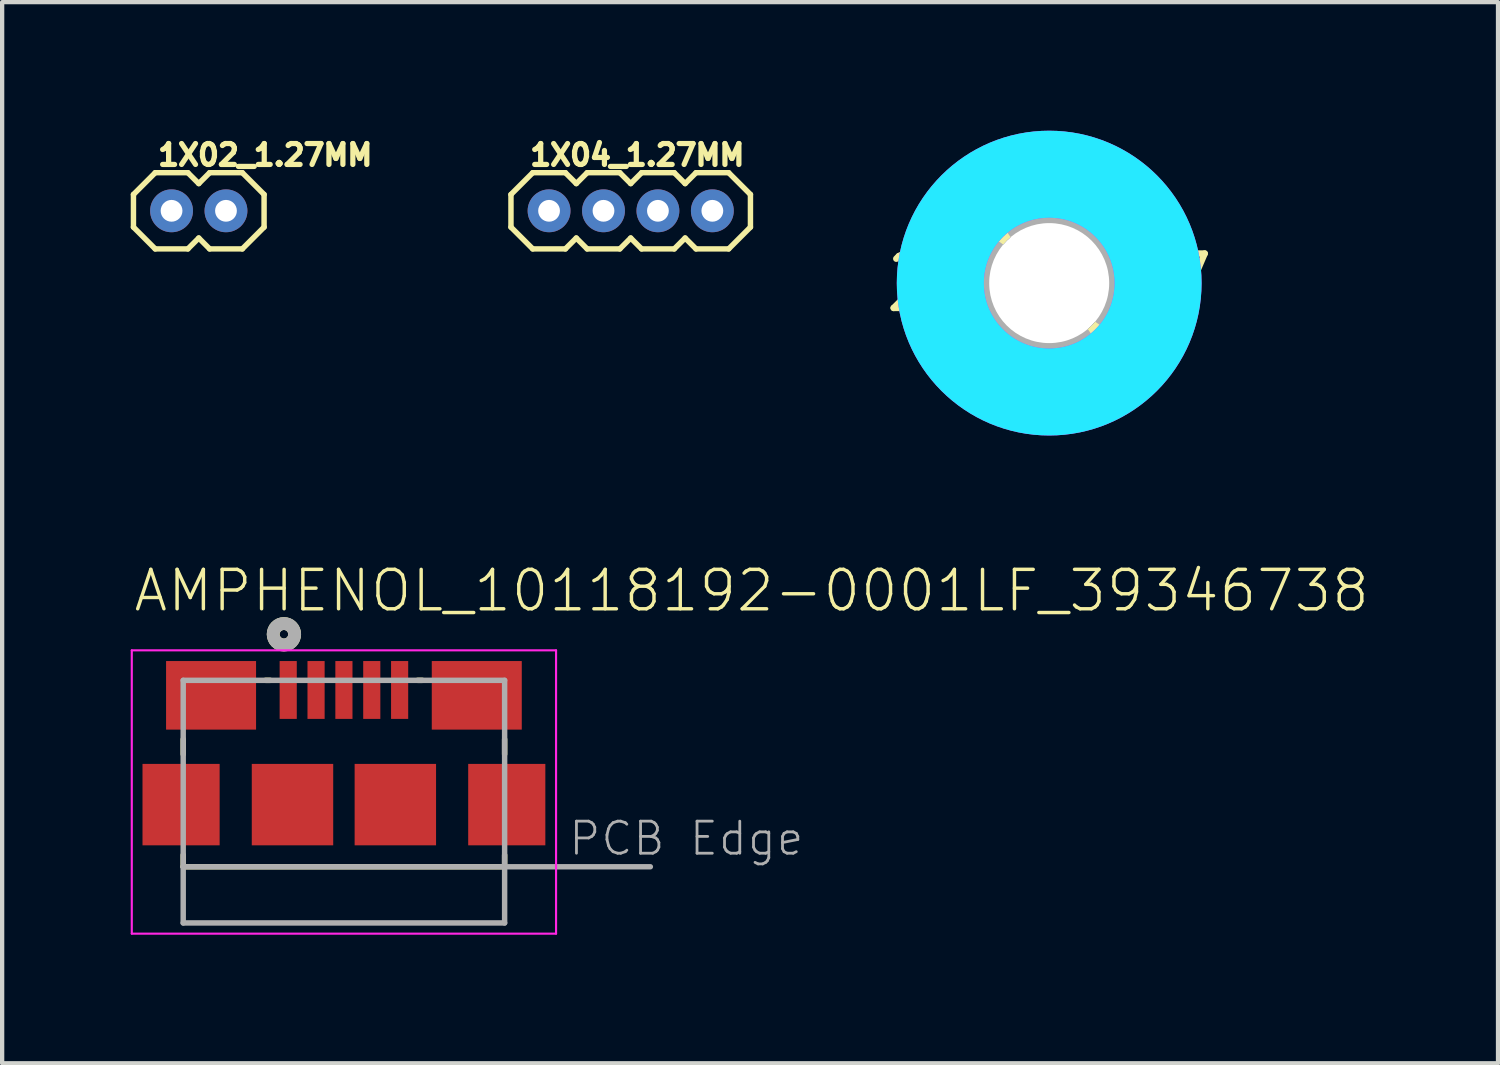
<source format=kicad_pcb>
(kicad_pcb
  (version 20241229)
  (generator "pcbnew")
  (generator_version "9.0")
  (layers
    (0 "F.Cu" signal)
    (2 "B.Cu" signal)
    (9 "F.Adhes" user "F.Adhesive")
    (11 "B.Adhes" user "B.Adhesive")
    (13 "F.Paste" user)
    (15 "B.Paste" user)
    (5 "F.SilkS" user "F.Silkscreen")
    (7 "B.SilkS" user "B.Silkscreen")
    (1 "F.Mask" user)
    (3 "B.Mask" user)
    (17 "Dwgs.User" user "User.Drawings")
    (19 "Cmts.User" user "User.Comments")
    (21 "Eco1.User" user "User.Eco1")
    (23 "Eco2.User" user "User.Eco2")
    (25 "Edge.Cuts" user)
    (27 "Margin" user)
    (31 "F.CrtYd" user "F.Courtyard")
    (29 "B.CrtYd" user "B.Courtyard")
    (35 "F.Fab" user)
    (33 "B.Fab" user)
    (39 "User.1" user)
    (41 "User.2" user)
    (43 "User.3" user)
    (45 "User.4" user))
  (footprint "2,8_237"
    (layer "F.Cu")
    (at 21.432 3.556)
    (property "Reference" "2,8_237" (at 0 0 0) (layer "F.SilkS") (effects (font (size 1.27 1.27) (thickness 0.15))))
    (fp_circle (center 0 0) (end 1.5 0) (stroke (width 0.203) (type solid)) (fill no) (layer "F.SilkS"))
    (fp_circle (center 0 0) (end 2.921 0) (stroke (width 0.152) (type solid)) (fill no) (layer "F.SilkS"))
    (fp_circle (center 0 0) (end 2.54 0) (stroke (width 2.032) (type solid)) (fill no) (layer "B.CrtYd"))
    (fp_circle (center 0 0) (end 2.54 0) (stroke (width 2.032) (type solid)) (fill no) (layer "F.CrtYd"))
    (fp_arc (start 0 -1.778) (mid 1.257236 -1.257236) (end 1.778 0) (stroke (width 2.286) (type solid)) (layer "F.Fab"))
    (fp_arc (start 0 1.778) (mid -1.257236 1.257236) (end -1.778 0) (stroke (width 2.286) (type solid)) (layer "F.Fab"))
    (fp_circle (center 0 0) (end 0.635 0) (stroke (width 0.457) (type solid)) (fill no) (layer "F.Fab"))
    (pad "" np_thru_hole circle (at 0 0) (size 2.8 2.8) (drill 2.8) (layers "*.Cu" "*.Mask"))
    (zone (net_name "") (layer "F.Cu") (hatch edge 0.5) (connect_pads) (min_thickness 0.25) (filled_areas_thickness no) (keepout (tracks not_allowed) (vias not_allowed) (pads not_allowed) (copperpour not_allowed) (footprints allowed)) (placement (enabled no)) (fill) (polygon (pts (xy 24.988 3.556) (xy 24.968 3.178) (xy 24.908 2.804) (xy 24.808 2.439) (xy 24.671 2.087) (xy 24.496 1.751) (xy 24.287 1.435) (xy 24.045 1.144) (xy 23.774 0.88) (xy 23.476 0.646) (xy 23.155 0.445) (xy 22.815 0.28) (xy 22.459 0.151) (xy 22.091 0.062) (xy 21.716 0.011) (xy 21.338 0.001) (xy 20.96 0.031) (xy 20.588 0.102) (xy 20.226 0.211) (xy 19.877 0.358) (xy 19.546 0.541) (xy 19.236 0.759) (xy 18.952 1.008) (xy 18.695 1.286) (xy 18.469 1.59) (xy 18.277 1.916) (xy 18.121 2.261) (xy 18.002 2.62) (xy 17.922 2.99) (xy 17.881 3.367) (xy 17.881 3.745) (xy 17.922 4.122) (xy 18.002 4.492) (xy 18.121 4.851) (xy 18.277 5.196) (xy 18.469 5.522) (xy 18.695 5.826) (xy 18.952 6.104) (xy 19.236 6.353) (xy 19.546 6.571) (xy 19.877 6.754) (xy 20.226 6.901) (xy 20.588 7.01) (xy 20.96 7.081) (xy 21.338 7.111) (xy 21.716 7.101) (xy 22.091 7.05) (xy 22.459 6.961) (xy 22.815 6.832) (xy 23.155 6.667) (xy 23.476 6.466) (xy 23.774 6.232) (xy 24.045 5.968) (xy 24.287 5.677) (xy 24.496 5.361) (xy 24.671 5.025) (xy 24.808 4.673) (xy 24.908 4.308) (xy 24.968 3.934))) (polygon (pts (xy 22.956 3.556) (xy 22.937 3.312) (xy 22.878 3.073) (xy 22.782 2.848) (xy 22.651 2.64) (xy 22.488 2.457) (xy 22.298 2.302) (xy 22.086 2.179) (xy 21.856 2.092) (xy 21.616 2.043) (xy 21.371 2.033) (xy 21.128 2.063) (xy 20.892 2.131) (xy 20.67 2.236) (xy 20.469 2.376) (xy 20.292 2.545) (xy 20.144 2.741) (xy 20.03 2.959) (xy 19.953 3.191) (xy 19.913 3.433) (xy 19.913 3.679) (xy 19.953 3.921) (xy 20.03 4.153) (xy 20.144 4.371) (xy 20.292 4.567) (xy 20.469 4.736) (xy 20.67 4.876) (xy 20.892 4.981) (xy 21.128 5.049) (xy 21.371 5.079) (xy 21.616 5.069) (xy 21.856 5.02) (xy 22.086 4.933) (xy 22.298 4.81) (xy 22.488 4.655) (xy 22.651 4.472) (xy 22.782 4.264) (xy 22.878 4.039) (xy 22.937 3.8))))
    (zone (net_name "") (layers "F.Cu" "B.Cu") (hatch edge 0.5) (connect_pads) (min_thickness 0.25) (filled_areas_thickness no) (keepout (tracks allowed) (vias not_allowed) (pads allowed) (copperpour allowed) (footprints allowed)) (placement (enabled no)) (fill) (polygon (pts (xy 24.988 3.556) (xy 24.968 3.178) (xy 24.908 2.804) (xy 24.808 2.439) (xy 24.671 2.087) (xy 24.496 1.751) (xy 24.287 1.435) (xy 24.045 1.144) (xy 23.774 0.88) (xy 23.476 0.646) (xy 23.155 0.445) (xy 22.815 0.28) (xy 22.459 0.151) (xy 22.091 0.062) (xy 21.716 0.011) (xy 21.338 0.001) (xy 20.96 0.031) (xy 20.588 0.102) (xy 20.226 0.211) (xy 19.877 0.358) (xy 19.546 0.541) (xy 19.236 0.759) (xy 18.952 1.008) (xy 18.695 1.286) (xy 18.469 1.59) (xy 18.277 1.916) (xy 18.121 2.261) (xy 18.002 2.62) (xy 17.922 2.99) (xy 17.881 3.367) (xy 17.881 3.745) (xy 17.922 4.122) (xy 18.002 4.492) (xy 18.121 4.851) (xy 18.277 5.196) (xy 18.469 5.522) (xy 18.695 5.826) (xy 18.952 6.104) (xy 19.236 6.353) (xy 19.546 6.571) (xy 19.877 6.754) (xy 20.226 6.901) (xy 20.588 7.01) (xy 20.96 7.081) (xy 21.338 7.111) (xy 21.716 7.101) (xy 22.091 7.05) (xy 22.459 6.961) (xy 22.815 6.832) (xy 23.155 6.667) (xy 23.476 6.466) (xy 23.774 6.232) (xy 24.045 5.968) (xy 24.287 5.677) (xy 24.496 5.361) (xy 24.671 5.025) (xy 24.808 4.673) (xy 24.908 4.308) (xy 24.968 3.934))) (polygon (pts (xy 22.956 3.556) (xy 22.937 3.312) (xy 22.878 3.073) (xy 22.782 2.848) (xy 22.651 2.64) (xy 22.488 2.457) (xy 22.298 2.302) (xy 22.086 2.179) (xy 21.856 2.092) (xy 21.616 2.043) (xy 21.371 2.033) (xy 21.128 2.063) (xy 20.892 2.131) (xy 20.67 2.236) (xy 20.469 2.376) (xy 20.292 2.545) (xy 20.144 2.741) (xy 20.03 2.959) (xy 19.953 3.191) (xy 19.913 3.433) (xy 19.913 3.679) (xy 19.953 3.921) (xy 20.03 4.153) (xy 20.144 4.371) (xy 20.292 4.567) (xy 20.469 4.736) (xy 20.67 4.876) (xy 20.892 4.981) (xy 21.128 5.049) (xy 21.371 5.079) (xy 21.616 5.069) (xy 21.856 5.02) (xy 22.086 4.933) (xy 22.298 4.81) (xy 22.488 4.655) (xy 22.651 4.472) (xy 22.782 4.264) (xy 22.878 4.039) (xy 22.937 3.8))))
    (zone (net_name "") (layer "B.Cu") (hatch edge 0.5) (connect_pads) (min_thickness 0.25) (filled_areas_thickness no) (keepout (tracks not_allowed) (vias not_allowed) (pads not_allowed) (copperpour not_allowed) (footprints allowed)) (placement (enabled no)) (fill) (polygon (pts (xy 24.988 3.556) (xy 24.968 3.178) (xy 24.908 2.804) (xy 24.808 2.439) (xy 24.671 2.087) (xy 24.496 1.751) (xy 24.287 1.435) (xy 24.045 1.144) (xy 23.774 0.88) (xy 23.476 0.646) (xy 23.155 0.445) (xy 22.815 0.28) (xy 22.459 0.151) (xy 22.091 0.062) (xy 21.716 0.011) (xy 21.338 0.001) (xy 20.96 0.031) (xy 20.588 0.102) (xy 20.226 0.211) (xy 19.877 0.358) (xy 19.546 0.541) (xy 19.236 0.759) (xy 18.952 1.008) (xy 18.695 1.286) (xy 18.469 1.59) (xy 18.277 1.916) (xy 18.121 2.261) (xy 18.002 2.62) (xy 17.922 2.99) (xy 17.881 3.367) (xy 17.881 3.745) (xy 17.922 4.122) (xy 18.002 4.492) (xy 18.121 4.851) (xy 18.277 5.196) (xy 18.469 5.522) (xy 18.695 5.826) (xy 18.952 6.104) (xy 19.236 6.353) (xy 19.546 6.571) (xy 19.877 6.754) (xy 20.226 6.901) (xy 20.588 7.01) (xy 20.96 7.081) (xy 21.338 7.111) (xy 21.716 7.101) (xy 22.091 7.05) (xy 22.459 6.961) (xy 22.815 6.832) (xy 23.155 6.667) (xy 23.476 6.466) (xy 23.774 6.232) (xy 24.045 5.968) (xy 24.287 5.677) (xy 24.496 5.361) (xy 24.671 5.025) (xy 24.808 4.673) (xy 24.908 4.308) (xy 24.968 3.934))) (polygon (pts (xy 22.956 3.556) (xy 22.937 3.312) (xy 22.878 3.073) (xy 22.782 2.848) (xy 22.651 2.64) (xy 22.488 2.457) (xy 22.298 2.302) (xy 22.086 2.179) (xy 21.856 2.092) (xy 21.616 2.043) (xy 21.371 2.033) (xy 21.128 2.063) (xy 20.892 2.131) (xy 20.67 2.236) (xy 20.469 2.376) (xy 20.292 2.545) (xy 20.144 2.741) (xy 20.03 2.959) (xy 19.953 3.191) (xy 19.913 3.433) (xy 19.913 3.679) (xy 19.953 3.921) (xy 20.03 4.153) (xy 20.144 4.371) (xy 20.292 4.567) (xy 20.469 4.736) (xy 20.67 4.876) (xy 20.892 4.981) (xy 21.128 5.049) (xy 21.371 5.079) (xy 21.616 5.069) (xy 21.856 5.02) (xy 22.086 4.933) (xy 22.298 4.81) (xy 22.488 4.655) (xy 22.651 4.472) (xy 22.782 4.264) (xy 22.878 4.039) (xy 22.937 3.8)))))
  (footprint "1X02_1.27MM"
    (layer "F.Cu")
    (at 0.953 1.869)
    (property "Reference" "1X02_1.27MM" (at -0.381 -1.016 0) (unlocked yes) (layer "F.SilkS") (effects (font (size 0.488 0.488) (thickness 0.122)) (justify left bottom)))
    (fp_line (start -0.889 -0.381) (end -0.889 0.381) (stroke (width 0.127) (type solid)) (layer "F.SilkS"))
    (fp_line (start -0.889 0.381) (end -0.381 0.889) (stroke (width 0.127) (type solid)) (layer "F.SilkS"))
    (fp_line (start -0.381 -0.889) (end -0.889 -0.381) (stroke (width 0.127) (type solid)) (layer "F.SilkS"))
    (fp_line (start -0.381 0.889) (end 0.381 0.889) (stroke (width 0.127) (type solid)) (layer "F.SilkS"))
    (fp_line (start 0.381 -0.889) (end -0.381 -0.889) (stroke (width 0.127) (type solid)) (layer "F.SilkS"))
    (fp_line (start 0.381 0.889) (end 0.635 0.635) (stroke (width 0.127) (type solid)) (layer "F.SilkS"))
    (fp_line (start 0.635 -0.635) (end 0.381 -0.889) (stroke (width 0.127) (type solid)) (layer "F.SilkS"))
    (fp_line (start 0.635 0.635) (end 0.889 0.889) (stroke (width 0.127) (type solid)) (layer "F.SilkS"))
    (fp_line (start 0.889 -0.889) (end 0.635 -0.635) (stroke (width 0.127) (type solid)) (layer "F.SilkS"))
    (fp_line (start 0.889 0.889) (end 1.651 0.889) (stroke (width 0.127) (type solid)) (layer "F.SilkS"))
    (fp_line (start 1.651 -0.889) (end 0.889 -0.889) (stroke (width 0.127) (type solid)) (layer "F.SilkS"))
    (fp_line (start 1.651 -0.889) (end 2.159 -0.381) (stroke (width 0.127) (type solid)) (layer "F.SilkS"))
    (fp_line (start 2.159 -0.381) (end 2.159 0.381) (stroke (width 0.127) (type solid)) (layer "F.SilkS"))
    (fp_line (start 2.159 0.381) (end 1.651 0.889) (stroke (width 0.127) (type solid)) (layer "F.SilkS"))
    (pad "1" thru_hole circle (at 0 0) (size 1 1) (drill 0.508) (layers "*.Cu" "*.Mask"))
    (pad "2" thru_hole circle (at 1.27 0) (size 1 1) (drill 0.508) (layers "*.Cu" "*.Mask")))
  (footprint "1X04_1.27MM"
    (layer "F.Cu")
    (at 9.762 1.869)
    (property "Reference" "1X04_1.27MM" (at -0.508 -1.016 0) (unlocked yes) (layer "F.SilkS") (effects (font (size 0.488 0.488) (thickness 0.122)) (justify left bottom)))
    (fp_line (start -0.889 -0.381) (end -0.889 0.381) (stroke (width 0.127) (type solid)) (layer "F.SilkS"))
    (fp_line (start -0.889 0.381) (end -0.381 0.889) (stroke (width 0.127) (type solid)) (layer "F.SilkS"))
    (fp_line (start -0.381 -0.889) (end -0.889 -0.381) (stroke (width 0.127) (type solid)) (layer "F.SilkS"))
    (fp_line (start -0.381 0.889) (end 0.381 0.889) (stroke (width 0.127) (type solid)) (layer "F.SilkS"))
    (fp_line (start 0.381 -0.889) (end -0.381 -0.889) (stroke (width 0.127) (type solid)) (layer "F.SilkS"))
    (fp_line (start 0.381 0.889) (end 0.635 0.635) (stroke (width 0.127) (type solid)) (layer "F.SilkS"))
    (fp_line (start 0.635 -0.635) (end 0.381 -0.889) (stroke (width 0.127) (type solid)) (layer "F.SilkS"))
    (fp_line (start 0.635 0.635) (end 0.889 0.889) (stroke (width 0.127) (type solid)) (layer "F.SilkS"))
    (fp_line (start 0.889 -0.889) (end 0.635 -0.635) (stroke (width 0.127) (type solid)) (layer "F.SilkS"))
    (fp_line (start 0.889 0.889) (end 1.651 0.889) (stroke (width 0.127) (type solid)) (layer "F.SilkS"))
    (fp_line (start 1.651 -0.889) (end 0.889 -0.889) (stroke (width 0.127) (type solid)) (layer "F.SilkS"))
    (fp_line (start 1.651 0.889) (end 1.905 0.635) (stroke (width 0.127) (type solid)) (layer "F.SilkS"))
    (fp_line (start 1.905 -0.635) (end 1.651 -0.889) (stroke (width 0.127) (type solid)) (layer "F.SilkS"))
    (fp_line (start 1.905 0.635) (end 2.159 0.889) (stroke (width 0.127) (type solid)) (layer "F.SilkS"))
    (fp_line (start 2.159 -0.889) (end 1.905 -0.635) (stroke (width 0.127) (type solid)) (layer "F.SilkS"))
    (fp_line (start 2.159 0.889) (end 2.921 0.889) (stroke (width 0.127) (type solid)) (layer "F.SilkS"))
    (fp_line (start 2.921 -0.889) (end 2.159 -0.889) (stroke (width 0.127) (type solid)) (layer "F.SilkS"))
    (fp_line (start 2.921 0.889) (end 3.175 0.635) (stroke (width 0.127) (type solid)) (layer "F.SilkS"))
    (fp_line (start 3.175 -0.635) (end 2.921 -0.889) (stroke (width 0.127) (type solid)) (layer "F.SilkS"))
    (fp_line (start 3.175 0.635) (end 3.429 0.889) (stroke (width 0.127) (type solid)) (layer "F.SilkS"))
    (fp_line (start 3.429 -0.889) (end 3.175 -0.635) (stroke (width 0.127) (type solid)) (layer "F.SilkS"))
    (fp_line (start 3.429 0.889) (end 4.191 0.889) (stroke (width 0.127) (type solid)) (layer "F.SilkS"))
    (fp_line (start 4.191 -0.889) (end 3.429 -0.889) (stroke (width 0.127) (type solid)) (layer "F.SilkS"))
    (fp_line (start 4.191 -0.889) (end 4.699 -0.381) (stroke (width 0.127) (type solid)) (layer "F.SilkS"))
    (fp_line (start 4.699 -0.381) (end 4.699 0.381) (stroke (width 0.127) (type solid)) (layer "F.SilkS"))
    (fp_line (start 4.699 0.381) (end 4.191 0.889) (stroke (width 0.127) (type solid)) (layer "F.SilkS"))
    (pad "1" thru_hole circle (at 0 0) (size 1 1) (drill 0.508) (layers "*.Cu" "*.Mask"))
    (pad "2" thru_hole circle (at 1.27 0) (size 1 1) (drill 0.508) (layers "*.Cu" "*.Mask"))
    (pad "3" thru_hole circle (at 2.54 0) (size 1 1) (drill 0.508) (layers "*.Cu" "*.Mask"))
    (pad "4" thru_hole circle (at 3.81 0) (size 1 1) (drill 0.508) (layers "*.Cu" "*.Mask")))
  (footprint "AMPHENOL_10118192-0001LF_39346738"
    (layer "F.Cu")
    (at 4.975 13.05)
    (property "Reference" "AMPHENOL_10118192-0001LF_39346738" (at -4.953 -1.778 0) (unlocked yes) (layer "F.SilkS") (effects (font (size 0.92 0.92) (thickness 0.08)) (justify left bottom)))
    (fp_line (start -3.75 1.15) (end -3.75 1.5) (stroke (width 0.127) (type solid)) (layer "F.SilkS"))
    (fp_line (start -3.75 3.85) (end -3.75 4.125) (stroke (width 0.127) (type solid)) (layer "F.SilkS"))
    (fp_line (start -3.75 4.125) (end 3.75 4.125) (stroke (width 0.127) (type solid)) (layer "F.SilkS"))
    (fp_line (start -1.83 -0.225) (end -1.72 -0.225) (stroke (width 0.127) (type solid)) (layer "F.SilkS"))
    (fp_line (start 1.72 -0.225) (end 1.83 -0.225) (stroke (width 0.127) (type solid)) (layer "F.SilkS"))
    (fp_line (start 3.75 1.15) (end 3.75 1.5) (stroke (width 0.127) (type solid)) (layer "F.SilkS"))
    (fp_line (start 3.75 4.125) (end 3.75 3.85) (stroke (width 0.127) (type solid)) (layer "F.SilkS"))
    (fp_circle (center -1.4 -1.3) (end -1.3 -1.3) (stroke (width 0.3) (type solid)) (fill no) (layer "F.SilkS"))
    (fp_line (start -4.95 -0.925) (end 4.95 -0.925) (stroke (width 0.05) (type solid)) (layer "F.CrtYd"))
    (fp_line (start -4.95 5.686) (end -4.95 -0.925) (stroke (width 0.05) (type solid)) (layer "F.CrtYd"))
    (fp_line (start 4.95 -0.925) (end 4.95 5.686) (stroke (width 0.05) (type solid)) (layer "F.CrtYd"))
    (fp_line (start 4.95 5.686) (end -4.95 5.686) (stroke (width 0.05) (type solid)) (layer "F.CrtYd"))
    (fp_line (start -3.75 -0.225) (end 3.75 -0.225) (stroke (width 0.127) (type solid)) (layer "F.Fab"))
    (fp_line (start -3.75 4.125) (end -3.75 -0.225) (stroke (width 0.127) (type solid)) (layer "F.Fab"))
    (fp_line (start -3.75 5.436) (end -3.75 4.125) (stroke (width 0.127) (type solid)) (layer "F.Fab"))
    (fp_line (start 3.75 -0.225) (end 3.75 4.125) (stroke (width 0.127) (type solid)) (layer "F.Fab"))
    (fp_line (start 3.75 4.125) (end -3.75 4.125) (stroke (width 0.127) (type solid)) (layer "F.Fab"))
    (fp_line (start 3.75 4.125) (end 3.75 5.436) (stroke (width 0.127) (type solid)) (layer "F.Fab"))
    (fp_line (start 3.75 4.125) (end 7.15 4.125) (stroke (width 0.127) (type solid)) (layer "F.Fab"))
    (fp_line (start 3.75 5.436) (end -3.75 5.436) (stroke (width 0.127) (type solid)) (layer "F.Fab"))
    (fp_circle (center -1.4 -1.3) (end -1.3 -1.3) (stroke (width 0.3) (type solid)) (fill no) (layer "F.Fab"))
    (fp_text user "PCB Edge" (at 5.205 3.904 0) (unlocked yes) (layer "F.Fab") (effects (font (size 0.748 0.748) (thickness 0.065)) (justify left bottom)))
    (pad "1" smd rect (at -1.3 0) (size 0.4 1.35) (layers "F.Cu" "F.Mask" "F.Paste"))
    (pad "2" smd rect (at -0.65 0) (size 0.4 1.35) (layers "F.Cu" "F.Mask" "F.Paste"))
    (pad "3" smd rect (at 0 0) (size 0.4 1.35) (layers "F.Cu" "F.Mask" "F.Paste"))
    (pad "4" smd rect (at 0.65 0) (size 0.4 1.35) (layers "F.Cu" "F.Mask" "F.Paste"))
    (pad "5" smd rect (at 1.3 0) (size 0.4 1.35) (layers "F.Cu" "F.Mask" "F.Paste"))
    (pad "SH1" smd rect (at -3.1 0.125) (size 2.1 1.6) (layers "F.Cu" "F.Mask" "F.Paste"))
    (pad "SH2" smd rect (at 3.1 0.125) (size 2.1 1.6) (layers "F.Cu" "F.Mask" "F.Paste"))
    (pad "SH3" smd rect (at -3.8 2.675 180) (size 1.8 1.9) (layers "F.Cu" "F.Mask" "F.Paste"))
    (pad "SH4" smd rect (at -1.2 2.675) (size 1.9 1.9) (layers "F.Cu" "F.Mask" "F.Paste"))
    (pad "SH5" smd rect (at 1.2 2.675) (size 1.9 1.9) (layers "F.Cu" "F.Mask" "F.Paste"))
    (pad "SH6" smd rect (at 3.8 2.675 180) (size 1.8 1.9) (layers "F.Cu" "F.Mask" "F.Paste")))
  (gr_rect
    (start -3 -3)
    (end 31.905 21.761)
    (stroke (width 0.1) (type default))
    (fill no)
    (layer "Edge.Cuts")))
</source>
